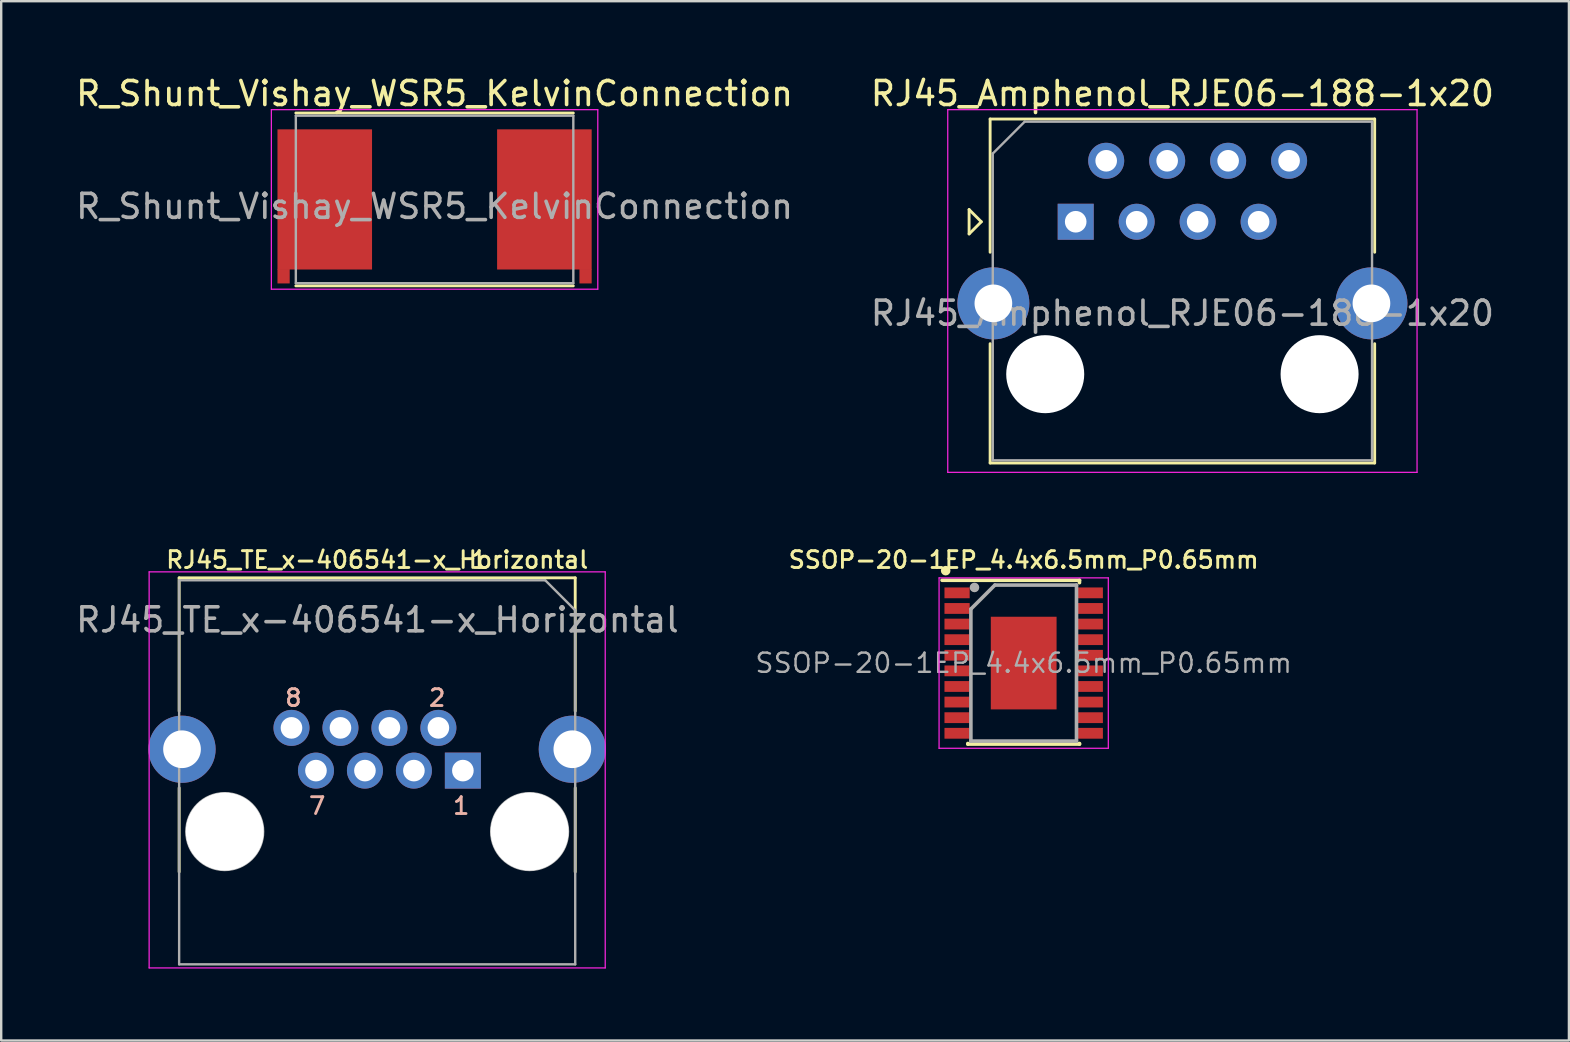
<source format=kicad_pcb>
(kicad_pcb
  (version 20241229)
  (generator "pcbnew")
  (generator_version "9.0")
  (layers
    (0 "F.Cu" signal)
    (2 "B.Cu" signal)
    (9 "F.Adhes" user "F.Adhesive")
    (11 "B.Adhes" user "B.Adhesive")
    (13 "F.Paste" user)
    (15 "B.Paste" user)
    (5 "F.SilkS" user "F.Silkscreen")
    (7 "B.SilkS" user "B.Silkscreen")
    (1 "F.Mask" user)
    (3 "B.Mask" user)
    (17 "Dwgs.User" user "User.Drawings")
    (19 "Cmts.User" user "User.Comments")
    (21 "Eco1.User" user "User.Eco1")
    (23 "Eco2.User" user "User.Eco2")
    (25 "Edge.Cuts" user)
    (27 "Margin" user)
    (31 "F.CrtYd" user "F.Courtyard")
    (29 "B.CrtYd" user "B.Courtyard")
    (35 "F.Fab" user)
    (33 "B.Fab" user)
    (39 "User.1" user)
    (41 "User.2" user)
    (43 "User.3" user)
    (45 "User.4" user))
  (footprint "SSOP-20-1EP_4.4x6.5mm_P0.65mm"
    (layer "F.Cu")
    (at 39.596 24.573)
    (property "Reference" "SSOP-20-1EP_4.4x6.5mm_P0.65mm" (at 0 -4.3 0) (layer "F.SilkS") (effects (font (size 0.7 0.7) (thickness 0.12))))
    (attr smd)
    (fp_line (start -3.4 -3.45) (end 2.325 -3.45) (stroke (width 0.15) (type solid)) (layer "F.SilkS"))
    (fp_line (start -2.325 3.375) (end -2.325 3.35) (stroke (width 0.15) (type solid)) (layer "F.SilkS"))
    (fp_line (start -2.325 3.375) (end 2.325 3.375) (stroke (width 0.15) (type solid)) (layer "F.SilkS"))
    (fp_line (start 2.325 -3.45) (end 2.325 -3.35) (stroke (width 0.15) (type solid)) (layer "F.SilkS"))
    (fp_line (start 2.325 3.375) (end 2.325 3.35) (stroke (width 0.15) (type solid)) (layer "F.SilkS"))
    (fp_circle (center -3.25 -3.85) (end -3.15 -3.85) (stroke (width 0.2) (type solid)) (fill no) (layer "F.SilkS"))
    (fp_poly (pts (xy -0.5 -0.75) (xy -1.25 -0.75) (xy -1.25 -1.75) (xy -0.5 -1.75)) (stroke (width 0.1) (type solid)) (fill yes) (layer "F.Paste"))
    (fp_poly (pts (xy -0.5 0.5) (xy -1.25 0.5) (xy -1.25 -0.5) (xy -0.5 -0.5)) (stroke (width 0.1) (type solid)) (fill yes) (layer "F.Paste"))
    (fp_poly (pts (xy -0.5 1.75) (xy -1.25 1.75) (xy -1.25 0.75) (xy -0.5 0.75)) (stroke (width 0.1) (type solid)) (fill yes) (layer "F.Paste"))
    (fp_poly (pts (xy 0.25 -0.75) (xy -0.25 -0.75) (xy -0.25 -1.75) (xy 0.25 -1.75)) (stroke (width 0.1) (type solid)) (fill yes) (layer "F.Paste"))
    (fp_poly (pts (xy 0.25 0.5) (xy -0.25 0.5) (xy -0.25 -0.5) (xy 0.25 -0.5)) (stroke (width 0.1) (type solid)) (fill yes) (layer "F.Paste"))
    (fp_poly (pts (xy 0.25 1.75) (xy -0.25 1.75) (xy -0.25 0.75) (xy 0.25 0.75)) (stroke (width 0.1) (type solid)) (fill yes) (layer "F.Paste"))
    (fp_poly (pts (xy 1.25 -0.75) (xy 0.5 -0.75) (xy 0.5 -1.75) (xy 1.25 -1.75)) (stroke (width 0.1) (type solid)) (fill yes) (layer "F.Paste"))
    (fp_poly (pts (xy 1.25 0.5) (xy 0.5 0.5) (xy 0.5 -0.5) (xy 1.25 -0.5)) (stroke (width 0.1) (type solid)) (fill yes) (layer "F.Paste"))
    (fp_poly (pts (xy 1.25 1.75) (xy 0.5 1.75) (xy 0.5 0.75) (xy 1.25 0.75)) (stroke (width 0.1) (type solid)) (fill yes) (layer "F.Paste"))
    (fp_line (start -3.525 -3.55) (end -3.525 3.55) (stroke (width 0.05) (type solid)) (layer "F.CrtYd"))
    (fp_line (start -3.525 -3.55) (end 3.525 -3.55) (stroke (width 0.05) (type solid)) (layer "F.CrtYd"))
    (fp_line (start -3.525 3.55) (end 3.525 3.55) (stroke (width 0.05) (type solid)) (layer "F.CrtYd"))
    (fp_line (start 3.525 -3.55) (end 3.525 3.55) (stroke (width 0.05) (type solid)) (layer "F.CrtYd"))
    (fp_line (start -2.2 -2.25) (end -1.2 -3.25) (stroke (width 0.15) (type solid)) (layer "F.Fab"))
    (fp_line (start -2.2 3.25) (end -2.2 -2.25) (stroke (width 0.15) (type solid)) (layer "F.Fab"))
    (fp_line (start -1.2 -3.25) (end 2.2 -3.25) (stroke (width 0.15) (type solid)) (layer "F.Fab"))
    (fp_line (start 2.2 -3.25) (end 2.2 3.25) (stroke (width 0.15) (type solid)) (layer "F.Fab"))
    (fp_line (start 2.2 3.25) (end -2.2 3.25) (stroke (width 0.15) (type solid)) (layer "F.Fab"))
    (fp_circle (center -2.05 -3.15) (end -1.95 -3.15) (stroke (width 0.2) (type solid)) (fill no) (layer "F.Fab"))
    (fp_text user "${REFERENCE}" (at 0 0 0) (layer "F.Fab") (effects (font (size 0.8 0.8) (thickness 0.1))))
    (pad "1" smd rect (at -2.775 -2.925) (size 1.05 0.45) (layers "F.Cu" "F.Mask" "F.Paste"))
    (pad "2" smd rect (at -2.775 -2.275) (size 1.05 0.45) (layers "F.Cu" "F.Mask" "F.Paste"))
    (pad "3" smd rect (at -2.775 -1.625) (size 1.05 0.45) (layers "F.Cu" "F.Mask" "F.Paste"))
    (pad "4" smd rect (at -2.775 -0.975) (size 1.05 0.45) (layers "F.Cu" "F.Mask" "F.Paste"))
    (pad "5" smd rect (at -2.775 -0.325) (size 1.05 0.45) (layers "F.Cu" "F.Mask" "F.Paste"))
    (pad "6" smd rect (at -2.775 0.325) (size 1.05 0.45) (layers "F.Cu" "F.Mask" "F.Paste"))
    (pad "7" smd rect (at -2.775 0.975) (size 1.05 0.45) (layers "F.Cu" "F.Mask" "F.Paste"))
    (pad "8" smd rect (at -2.775 1.625) (size 1.05 0.45) (layers "F.Cu" "F.Mask" "F.Paste"))
    (pad "9" smd rect (at -2.775 2.275) (size 1.05 0.45) (layers "F.Cu" "F.Mask" "F.Paste"))
    (pad "10" smd rect (at -2.775 2.925) (size 1.05 0.45) (layers "F.Cu" "F.Mask" "F.Paste"))
    (pad "11" smd rect (at 2.775 2.925) (size 1.05 0.45) (layers "F.Cu" "F.Mask" "F.Paste"))
    (pad "12" smd rect (at 2.775 2.275) (size 1.05 0.45) (layers "F.Cu" "F.Mask" "F.Paste"))
    (pad "13" smd rect (at 2.775 1.625) (size 1.05 0.45) (layers "F.Cu" "F.Mask" "F.Paste"))
    (pad "14" smd rect (at 2.775 0.975) (size 1.05 0.45) (layers "F.Cu" "F.Mask" "F.Paste"))
    (pad "15" smd rect (at 2.775 0.325) (size 1.05 0.45) (layers "F.Cu" "F.Mask" "F.Paste"))
    (pad "16" smd rect (at 2.775 -0.325) (size 1.05 0.45) (layers "F.Cu" "F.Mask" "F.Paste"))
    (pad "17" smd rect (at 2.775 -0.975) (size 1.05 0.45) (layers "F.Cu" "F.Mask" "F.Paste"))
    (pad "18" smd rect (at 2.775 -1.625) (size 1.05 0.45) (layers "F.Cu" "F.Mask" "F.Paste"))
    (pad "19" smd rect (at 2.775 -2.275) (size 1.05 0.45) (layers "F.Cu" "F.Mask" "F.Paste"))
    (pad "20" smd rect (at 2.775 -2.925) (size 1.05 0.45) (layers "F.Cu" "F.Mask" "F.Paste"))
    (pad "21" smd rect (at 0 0) (size 2.74 3.86) (layers "F.Cu" "F.Mask")))
  (footprint "RJ45_Amphenol_RJE06-188-1x20"
    (layer "F.Cu")
    (at 41.763 6.188)
    (property "Reference" "RJ45_Amphenol_RJE06-188-1x20" (at 4.445 -5.34 0) (layer "F.SilkS") (effects (font (size 1 1) (thickness 0.15))))
    (attr through_hole)
    (fp_line (start -4.441 -0.508) (end -4.441 0.508) (stroke (width 0.12) (type solid)) (layer "F.SilkS"))
    (fp_line (start -4.441 0.508) (end -3.933 0) (stroke (width 0.12) (type solid)) (layer "F.SilkS"))
    (fp_line (start -3.933 0) (end -4.441 -0.508) (stroke (width 0.12) (type solid)) (layer "F.SilkS"))
    (fp_line (start -3.565 -4.28) (end -3.565 1.27) (stroke (width 0.12) (type solid)) (layer "F.SilkS"))
    (fp_line (start -3.565 5.08) (end -3.565 10.05) (stroke (width 0.12) (type solid)) (layer "F.SilkS"))
    (fp_line (start 12.455 -4.28) (end -3.565 -4.28) (stroke (width 0.12) (type solid)) (layer "F.SilkS"))
    (fp_line (start 12.455 -4.28) (end 12.455 1.27) (stroke (width 0.12) (type solid)) (layer "F.SilkS"))
    (fp_line (start 12.455 5.08) (end 12.455 10.05) (stroke (width 0.12) (type solid)) (layer "F.SilkS"))
    (fp_line (start 12.455 10.05) (end -3.565 10.05) (stroke (width 0.12) (type solid)) (layer "F.SilkS"))
    (fp_line (start -5.33 -4.67) (end 14.22 -4.67) (stroke (width 0.05) (type solid)) (layer "F.CrtYd"))
    (fp_line (start -5.33 10.44) (end -5.33 -4.67) (stroke (width 0.05) (type solid)) (layer "F.CrtYd"))
    (fp_line (start 14.22 -4.67) (end 14.22 10.44) (stroke (width 0.05) (type solid)) (layer "F.CrtYd"))
    (fp_line (start 14.22 10.44) (end -5.33 10.44) (stroke (width 0.05) (type solid)) (layer "F.CrtYd"))
    (fp_line (start -3.455 -2.84) (end -3.455 9.94) (stroke (width 0.1) (type solid)) (layer "F.Fab"))
    (fp_line (start -3.455 -2.84) (end -2.125 -4.17) (stroke (width 0.1) (type solid)) (layer "F.Fab"))
    (fp_line (start 12.345 -4.17) (end -2.125 -4.17) (stroke (width 0.1) (type solid)) (layer "F.Fab"))
    (fp_line (start 12.345 9.94) (end -3.455 9.94) (stroke (width 0.1) (type solid)) (layer "F.Fab"))
    (fp_line (start 12.345 9.94) (end 12.345 -4.17) (stroke (width 0.1) (type solid)) (layer "F.Fab"))
    (fp_text user "${REFERENCE}" (at 4.445 3.81 0) (layer "F.Fab") (effects (font (size 1 1) (thickness 0.15))))
    (pad "" np_thru_hole circle (at -1.27 6.35) (size 3.25 3.25) (drill 3.25) (layers "*.Cu" "*.Mask"))
    (pad "" np_thru_hole circle (at 10.16 6.35 180) (size 3.25 3.25) (drill 3.25) (layers "*.Cu" "*.Mask"))
    (pad "1" thru_hole rect (at 0 0 180) (size 1.5 1.5) (drill 0.9) (layers "*.Cu" "*.Mask"))
    (pad "2" thru_hole circle (at 1.27 -2.54 180) (size 1.5 1.5) (drill 0.9) (layers "*.Cu" "*.Mask"))
    (pad "3" thru_hole circle (at 2.54 0 180) (size 1.5 1.5) (drill 0.9) (layers "*.Cu" "*.Mask"))
    (pad "4" thru_hole circle (at 3.81 -2.54 180) (size 1.5 1.5) (drill 0.9) (layers "*.Cu" "*.Mask"))
    (pad "5" thru_hole circle (at 5.08 0 180) (size 1.5 1.5) (drill 0.9) (layers "*.Cu" "*.Mask"))
    (pad "6" thru_hole circle (at 6.35 -2.54 180) (size 1.5 1.5) (drill 0.9) (layers "*.Cu" "*.Mask"))
    (pad "7" thru_hole circle (at 7.62 0 180) (size 1.5 1.5) (drill 0.9) (layers "*.Cu" "*.Mask"))
    (pad "8" thru_hole circle (at 8.89 -2.54 180) (size 1.5 1.5) (drill 0.9) (layers "*.Cu" "*.Mask"))
    (pad "SH" thru_hole circle (at -3.43 3.4) (size 3 3) (drill 1.57) (layers "*.Cu" "*.Mask"))
    (pad "SH" thru_hole circle (at 12.32 3.4 180) (size 3 3) (drill 1.57) (layers "*.Cu" "*.Mask")))
  (footprint "R_Shunt_Vishay_WSR5_KelvinConnection"
    (layer "F.Cu")
    (at 15.054 5.548)
    (property "Reference" "R_Shunt_Vishay_WSR5_KelvinConnection" (at 0 -4.7 0) (layer "F.SilkS") (effects (font (size 1 1) (thickness 0.15))))
    (attr smd)
    (fp_line (start -5.78 -3.89) (end 5.78 -3.89) (stroke (width 0.12) (type solid)) (layer "F.SilkS"))
    (fp_line (start -5.78 3.31) (end 5.78 3.31) (stroke (width 0.12) (type solid)) (layer "F.SilkS"))
    (fp_line (start -6.8 -4.03) (end -6.8 3.45) (stroke (width 0.05) (type solid)) (layer "F.CrtYd"))
    (fp_line (start -6.8 -4.03) (end 6.8 -4.03) (stroke (width 0.05) (type solid)) (layer "F.CrtYd"))
    (fp_line (start -6.8 3.45) (end 6.8 3.45) (stroke (width 0.05) (type solid)) (layer "F.CrtYd"))
    (fp_line (start 6.8 -4.03) (end 6.8 3.45) (stroke (width 0.05) (type solid)) (layer "F.CrtYd"))
    (fp_line (start -5.78 -3.78) (end -5.78 3.2) (stroke (width 0.1) (type solid)) (layer "F.Fab"))
    (fp_line (start -5.78 -3.78) (end 5.78 -3.78) (stroke (width 0.1) (type solid)) (layer "F.Fab"))
    (fp_line (start -5.78 3.2) (end 5.78 3.2) (stroke (width 0.1) (type solid)) (layer "F.Fab"))
    (fp_line (start 5.78 -3.78) (end 5.78 3.2) (stroke (width 0.1) (type solid)) (layer "F.Fab"))
    (fp_text user "${REFERENCE}" (at 0 0 0) (layer "F.Fab") (effects (font (size 1 1) (thickness 0.15))))
    (pad "1" smd rect (at -6.29 2.91) (size 0.51 0.6) (layers "F.Cu" "F.Mask" "F.Paste"))
    (pad "1" smd rect (at -4.575 -0.29) (size 3.94 5.84) (layers "F.Cu" "F.Mask" "F.Paste"))
    (pad "2" smd rect (at 4.575 -0.29) (size 3.94 5.84) (layers "F.Cu" "F.Mask" "F.Paste"))
    (pad "2" smd rect (at 6.29 2.91) (size 0.51 0.6) (layers "F.Cu" "F.Mask" "F.Paste")))
  (footprint "RJ45_TE_x-406541-x_Horizontal"
    (layer "F.Cu")
    (at 12.663 27.273)
    (property "Reference" "RJ45_TE_x-406541-x_Horizontal" (at 0 -7 0) (layer "F.SilkS") (effects (font (size 0.7 0.7) (thickness 0.12))))
    (attr through_hole)
    (fp_line (start -8.25 -6.25) (end -8.25 -0.7) (stroke (width 0.12) (type solid)) (layer "F.SilkS"))
    (fp_line (start -8.25 2.5) (end -8.25 6) (stroke (width 0.12) (type solid)) (layer "F.SilkS"))
    (fp_line (start 8.25 -6.25) (end -8.25 -6.25) (stroke (width 0.12) (type solid)) (layer "F.SilkS"))
    (fp_line (start 8.25 -6.25) (end 8.25 -0.7) (stroke (width 0.12) (type solid)) (layer "F.SilkS"))
    (fp_line (start 8.25 2.5) (end 8.25 6) (stroke (width 0.12) (type solid)) (layer "F.SilkS"))
    (fp_line (start -9.5 -6.5) (end 9.5 -6.5) (stroke (width 0.05) (type solid)) (layer "F.CrtYd"))
    (fp_line (start -9.5 10) (end -9.5 -6.5) (stroke (width 0.05) (type solid)) (layer "F.CrtYd"))
    (fp_line (start 9.5 -6.5) (end 9.5 10) (stroke (width 0.05) (type solid)) (layer "F.CrtYd"))
    (fp_line (start 9.5 10) (end -9.5 10) (stroke (width 0.05) (type solid)) (layer "F.CrtYd"))
    (fp_line (start -8.25 -6.15) (end -8.25 9.85) (stroke (width 0.1) (type solid)) (layer "F.Fab"))
    (fp_line (start 7 -6.15) (end -8.25 -6.15) (stroke (width 0.1) (type solid)) (layer "F.Fab"))
    (fp_line (start 8.25 -4.9) (end 7 -6.15) (stroke (width 0.1) (type solid)) (layer "F.Fab"))
    (fp_line (start 8.25 9.85) (end -8.25 9.85) (stroke (width 0.1) (type solid)) (layer "F.Fab"))
    (fp_line (start 8.25 9.85) (end 8.25 -4.9) (stroke (width 0.1) (type solid)) (layer "F.Fab"))
    (fp_circle (center -6.35 4.32) (end -4.725 4.32) (stroke (width 0.05) (type solid)) (fill no) (layer "F.Fab"))
    (fp_circle (center 6.35 4.32) (end 7.975 4.32) (stroke (width 0.05) (type solid)) (fill no) (layer "F.Fab"))
    (fp_text user "1" (at 4.25 -7 0) (layer "F.SilkS") (effects (font (size 0.7 0.7) (thickness 0.12))))
    (fp_text user "7" (at -2.5 3.25 0) (layer "B.SilkS") (effects (font (size 0.7 0.7) (thickness 0.12))))
    (fp_text user "8" (at -3.49 -1.25 0) (layer "B.SilkS") (effects (font (size 0.7 0.7) (thickness 0.12))))
    (fp_text user "1" (at 3.5 3.25 0) (layer "B.SilkS") (effects (font (size 0.7 0.7) (thickness 0.12))))
    (fp_text user "2" (at 2.5 -1.25 0) (layer "B.SilkS") (effects (font (size 0.7 0.7) (thickness 0.12))))
    (fp_text user "${REFERENCE}" (at 0.01 -4.5 0) (layer "F.Fab") (effects (font (size 1 1) (thickness 0.15))))
    (pad "" np_thru_hole circle (at -6.35 4.32) (size 3.25 3.25) (drill 3.25) (layers "*.Cu" "*.Mask"))
    (pad "" np_thru_hole circle (at 6.35 4.32 180) (size 3.25 3.25) (drill 3.25) (layers "*.Cu" "*.Mask"))
    (pad "1" thru_hole rect (at 3.57 1.78) (size 1.5 1.5) (drill 0.9) (layers "*.Cu" "*.Mask"))
    (pad "2" thru_hole circle (at 2.55 0) (size 1.5 1.5) (drill 0.9) (layers "*.Cu" "*.Mask"))
    (pad "3" thru_hole circle (at 1.53 1.78) (size 1.5 1.5) (drill 0.9) (layers "*.Cu" "*.Mask"))
    (pad "4" thru_hole circle (at 0.51 0) (size 1.5 1.5) (drill 0.9) (layers "*.Cu" "*.Mask"))
    (pad "5" thru_hole circle (at -0.51 1.78) (size 1.5 1.5) (drill 0.9) (layers "*.Cu" "*.Mask"))
    (pad "6" thru_hole circle (at -1.53 0) (size 1.5 1.5) (drill 0.9) (layers "*.Cu" "*.Mask"))
    (pad "7" thru_hole circle (at -2.55 1.78) (size 1.5 1.5) (drill 0.9) (layers "*.Cu" "*.Mask"))
    (pad "8" thru_hole circle (at -3.57 0) (size 1.5 1.5) (drill 0.9) (layers "*.Cu" "*.Mask"))
    (pad "SH" thru_hole circle (at -8.13 0.89) (size 2.8 2.8) (drill 1.57) (layers "*.Cu" "*.Mask"))
    (pad "SH" thru_hole circle (at 8.13 0.89 180) (size 2.8 2.8) (drill 1.57) (layers "*.Cu" "*.Mask")))
  (gr_rect
    (start -3 -3)
    (end 62.31 40.298)
    (stroke (width 0.1) (type default))
    (fill no)
    (layer "Edge.Cuts")))
</source>
